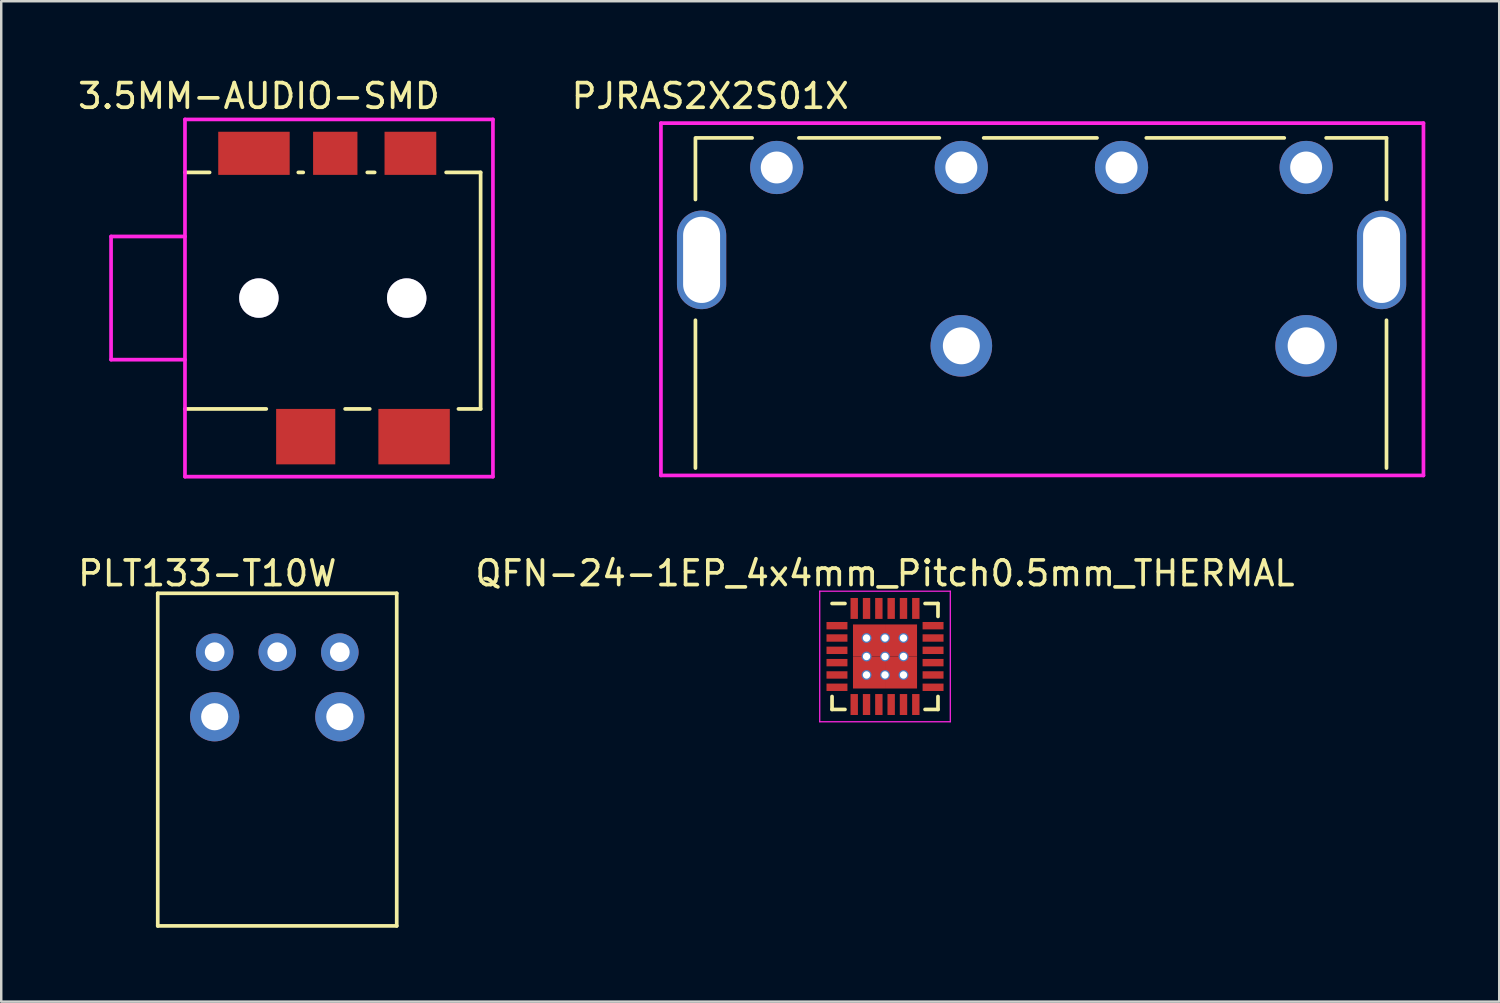
<source format=kicad_pcb>
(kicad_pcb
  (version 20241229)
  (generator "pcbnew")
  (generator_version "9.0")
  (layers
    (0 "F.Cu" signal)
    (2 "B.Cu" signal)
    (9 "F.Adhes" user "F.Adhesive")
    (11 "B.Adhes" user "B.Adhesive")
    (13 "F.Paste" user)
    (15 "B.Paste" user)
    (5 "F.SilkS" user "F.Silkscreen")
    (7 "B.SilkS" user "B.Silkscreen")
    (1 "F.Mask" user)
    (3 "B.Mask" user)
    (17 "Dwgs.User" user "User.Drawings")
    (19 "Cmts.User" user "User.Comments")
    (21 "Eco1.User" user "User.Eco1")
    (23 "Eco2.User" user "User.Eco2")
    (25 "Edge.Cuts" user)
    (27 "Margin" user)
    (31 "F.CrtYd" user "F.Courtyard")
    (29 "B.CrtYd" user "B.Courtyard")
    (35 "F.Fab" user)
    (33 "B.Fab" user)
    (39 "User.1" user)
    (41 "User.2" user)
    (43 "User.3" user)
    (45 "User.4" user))
  (footprint "3.5MM-AUDIO-SMD"
    (layer "F.Cu")
    (at 7.458 9.048)
    (property "Reference" "3.5MM-AUDIO-SMD" (at 0 -8.2 0) (layer "F.SilkS") (effects (font (size 1 1) (thickness 0.15))))
    (attr through_hole)
    (fp_line (start -3 -5.1) (end -2 -5.1) (stroke (width 0.15) (type solid)) (layer "F.SilkS"))
    (fp_line (start 0.3 4.5) (end -3 4.5) (stroke (width 0.15) (type solid)) (layer "F.SilkS"))
    (fp_line (start 1.8 -5.1) (end 1.6 -5.1) (stroke (width 0.15) (type solid)) (layer "F.SilkS"))
    (fp_line (start 3.5 4.5) (end 4.5 4.5) (stroke (width 0.15) (type solid)) (layer "F.SilkS"))
    (fp_line (start 4.4 -5.1) (end 4.7 -5.1) (stroke (width 0.15) (type solid)) (layer "F.SilkS"))
    (fp_line (start 7.6 -5.1) (end 9 -5.1) (stroke (width 0.15) (type solid)) (layer "F.SilkS"))
    (fp_line (start 9 -5.1) (end 9 4.5) (stroke (width 0.15) (type solid)) (layer "F.SilkS"))
    (fp_line (start 9 4.5) (end 8.1 4.5) (stroke (width 0.15) (type solid)) (layer "F.SilkS"))
    (fp_line (start -6 -2.5) (end -3 -2.5) (stroke (width 0.15) (type solid)) (layer "F.CrtYd"))
    (fp_line (start -6 2.5) (end -6 -2.5) (stroke (width 0.15) (type solid)) (layer "F.CrtYd"))
    (fp_line (start -6 2.5) (end -3 2.5) (stroke (width 0.15) (type solid)) (layer "F.CrtYd"))
    (fp_line (start -3 -7.25) (end -3 7.25) (stroke (width 0.15) (type solid)) (layer "F.CrtYd"))
    (fp_line (start -3 -7.25) (end 9.5 -7.25) (stroke (width 0.15) (type solid)) (layer "F.CrtYd"))
    (fp_line (start -3 7.25) (end 9.5 7.25) (stroke (width 0.15) (type solid)) (layer "F.CrtYd"))
    (fp_line (start 9.5 -7.25) (end 9.5 7.25) (stroke (width 0.15) (type solid)) (layer "F.CrtYd"))
    (pad "1" smd rect (at -0.2 -5.875 180) (size 2.9 1.75) (layers "F.Cu" "F.Mask" "F.Paste"))
    (pad "2" smd rect (at 6.3 5.625 180) (size 2.9 2.25) (layers "F.Cu" "F.Mask" "F.Paste"))
    (pad "3" smd rect (at 6.15 -5.875 180) (size 2.1 1.75) (layers "F.Cu" "F.Mask" "F.Paste"))
    (pad "4" smd rect (at 1.9 5.625 180) (size 2.4 2.25) (layers "F.Cu" "F.Mask" "F.Paste"))
    (pad "5" smd rect (at 3.1 -5.875 180) (size 1.8 1.75) (layers "F.Cu" "F.Mask" "F.Paste"))
    (pad "~" thru_hole circle (at 0 0) (size 1.6 1.6) (drill 1.6) (layers "*.Cu" "*.Mask"))
    (pad "~" thru_hole circle (at 6 0 90) (size 1.6 1.6) (drill 1.6) (layers "*.Cu" "*.Mask")))
  (footprint "PLT133-T10W"
    (layer "F.Cu")
    (at 8.163 27.822)
    (property "Reference" "PLT133-T10W" (at -2.8 -7.6 0) (layer "F.SilkS") (effects (font (size 1 1) (thickness 0.15))))
    (attr through_hole)
    (fp_line (start -4.81 -6.79) (end -4.81 6.71) (stroke (width 0.15) (type solid)) (layer "F.SilkS"))
    (fp_line (start -4.81 -6.79) (end 4.89 -6.79) (stroke (width 0.15) (type solid)) (layer "F.SilkS"))
    (fp_line (start -4.81 6.71) (end 4.89 6.71) (stroke (width 0.15) (type solid)) (layer "F.SilkS"))
    (fp_line (start 4.89 -6.79) (end 4.89 6.71) (stroke (width 0.15) (type solid)) (layer "F.SilkS"))
    (pad "1" thru_hole circle (at -2.5 -4.4) (size 1.524 1.524) (drill 0.8) (layers "*.Cu" "*.Mask"))
    (pad "2" thru_hole circle (at 0.04 -4.4) (size 1.524 1.524) (drill 0.8) (layers "*.Cu" "*.Mask"))
    (pad "3" thru_hole circle (at 2.58 -4.4) (size 1.524 1.524) (drill 0.8) (layers "*.Cu" "*.Mask"))
    (pad "4" thru_hole circle (at -2.5 -1.78) (size 2 2) (drill 1.1) (layers "*.Cu" "*.Mask"))
    (pad "5" thru_hole circle (at 2.58 -1.78) (size 2 2) (drill 1.1) (layers "*.Cu" "*.Mask")))
  (footprint "PJRAS2X2S01X"
    (layer "F.Cu")
    (at 28.477 3.748)
    (property "Reference" "PJRAS2X2S01X" (at -2.7 -2.9 0) (layer "F.SilkS") (effects (font (size 1 1) (thickness 0.15))))
    (attr through_hole)
    (fp_line (start -3.3 -1.2) (end -3.3 1.3) (stroke (width 0.15) (type solid)) (layer "F.SilkS"))
    (fp_line (start -3.3 6.2) (end -3.3 12.2) (stroke (width 0.15) (type solid)) (layer "F.SilkS"))
    (fp_line (start -3.25 -1.2) (end -1 -1.2) (stroke (width 0.15) (type solid)) (layer "F.SilkS"))
    (fp_line (start 0.9 -1.2) (end 6.6 -1.2) (stroke (width 0.15) (type solid)) (layer "F.SilkS"))
    (fp_line (start 8.4 -1.2) (end 13 -1.2) (stroke (width 0.15) (type solid)) (layer "F.SilkS"))
    (fp_line (start 15 -1.2) (end 20.6 -1.2) (stroke (width 0.15) (type solid)) (layer "F.SilkS"))
    (fp_line (start 22.3 -1.2) (end 24.75 -1.2) (stroke (width 0.15) (type solid)) (layer "F.SilkS"))
    (fp_line (start 24.75 -1.2) (end 24.75 1.3) (stroke (width 0.15) (type solid)) (layer "F.SilkS"))
    (fp_line (start 24.75 6.2) (end 24.75 12.2) (stroke (width 0.15) (type solid)) (layer "F.SilkS"))
    (fp_line (start -4.7 -1.8) (end -4.7 12.5) (stroke (width 0.15) (type solid)) (layer "F.CrtYd"))
    (fp_line (start -4.7 -1.8) (end 26.25 -1.8) (stroke (width 0.15) (type solid)) (layer "F.CrtYd"))
    (fp_line (start -4.7 12.5) (end 26.25 12.5) (stroke (width 0.15) (type solid)) (layer "F.CrtYd"))
    (fp_line (start 26.25 -1.8) (end 26.25 12.5) (stroke (width 0.15) (type solid)) (layer "F.CrtYd"))
    (pad "GND" thru_hole circle (at 7.493 7.239) (size 2.5 2.5) (drill 1.5) (layers "*.Cu" "*.Mask"))
    (pad "GND" thru_hole circle (at 21.488 7.239) (size 2.5 2.5) (drill 1.5) (layers "*.Cu" "*.Mask"))
    (pad "L1" thru_hole circle (at 7.493 0) (size 2.159 2.159) (drill 1.295) (layers "*.Cu" "*.Mask"))
    (pad "L2" thru_hole circle (at 21.488 0) (size 2.159 2.159) (drill 1.295) (layers "*.Cu" "*.Mask"))
    (pad "R1" thru_hole circle (at 0 0) (size 2.159 2.159) (drill 1.295) (layers "*.Cu" "*.Mask"))
    (pad "R2" thru_hole circle (at 13.995 0) (size 2.159 2.159) (drill 1.295) (layers "*.Cu" "*.Mask"))
    (pad "~" thru_hole oval (at -3.05 3.75) (size 2 4) (drill oval 1.5 3.5) (layers "*.Cu" "*.Mask"))
    (pad "~" thru_hole oval (at 24.55 3.75) (size 2 4) (drill oval 1.5 3.5) (layers "*.Cu" "*.Mask")))
  (footprint "QFN-24-1EP_4x4mm_Pitch0.5mm_THERMAL"
    (layer "F.Cu")
    (at 32.872 23.596)
    (property "Reference" "QFN-24-1EP_4x4mm_Pitch0.5mm_THERMAL" (at 0 -3.375 0) (layer "F.SilkS") (effects (font (size 1 1) (thickness 0.15))))
    (attr smd)
    (fp_line (start -2.15 -2.15) (end -1.625 -2.15) (stroke (width 0.15) (type solid)) (layer "F.SilkS"))
    (fp_line (start -2.15 2.15) (end -2.15 1.625) (stroke (width 0.15) (type solid)) (layer "F.SilkS"))
    (fp_line (start -2.15 2.15) (end -1.625 2.15) (stroke (width 0.15) (type solid)) (layer "F.SilkS"))
    (fp_line (start 2.15 -2.15) (end 1.625 -2.15) (stroke (width 0.15) (type solid)) (layer "F.SilkS"))
    (fp_line (start 2.15 -2.15) (end 2.15 -1.625) (stroke (width 0.15) (type solid)) (layer "F.SilkS"))
    (fp_line (start 2.15 2.15) (end 1.625 2.15) (stroke (width 0.15) (type solid)) (layer "F.SilkS"))
    (fp_line (start 2.15 2.15) (end 2.15 1.625) (stroke (width 0.15) (type solid)) (layer "F.SilkS"))
    (fp_line (start -2.65 -2.65) (end -2.65 2.65) (stroke (width 0.05) (type solid)) (layer "F.CrtYd"))
    (fp_line (start -2.65 -2.65) (end 2.65 -2.65) (stroke (width 0.05) (type solid)) (layer "F.CrtYd"))
    (fp_line (start -2.65 2.65) (end 2.65 2.65) (stroke (width 0.05) (type solid)) (layer "F.CrtYd"))
    (fp_line (start 2.65 -2.65) (end 2.65 2.65) (stroke (width 0.05) (type solid)) (layer "F.CrtYd"))
    (pad "1" smd rect (at -1.95 -1.25) (size 0.85 0.3) (layers "F.Cu" "F.Mask" "F.Paste"))
    (pad "2" smd rect (at -1.95 -0.75) (size 0.85 0.3) (layers "F.Cu" "F.Mask" "F.Paste"))
    (pad "3" smd rect (at -1.95 -0.25) (size 0.85 0.3) (layers "F.Cu" "F.Mask" "F.Paste"))
    (pad "4" smd rect (at -1.95 0.25) (size 0.85 0.3) (layers "F.Cu" "F.Mask" "F.Paste"))
    (pad "5" smd rect (at -1.95 0.75) (size 0.85 0.3) (layers "F.Cu" "F.Mask" "F.Paste"))
    (pad "6" smd rect (at -1.95 1.25) (size 0.85 0.3) (layers "F.Cu" "F.Mask" "F.Paste"))
    (pad "7" smd rect (at -1.25 1.95 90) (size 0.85 0.3) (layers "F.Cu" "F.Mask" "F.Paste"))
    (pad "8" smd rect (at -0.75 1.95 90) (size 0.85 0.3) (layers "F.Cu" "F.Mask" "F.Paste"))
    (pad "9" smd rect (at -0.25 1.95 90) (size 0.85 0.3) (layers "F.Cu" "F.Mask" "F.Paste"))
    (pad "10" smd rect (at 0.25 1.95 90) (size 0.85 0.3) (layers "F.Cu" "F.Mask" "F.Paste"))
    (pad "11" smd rect (at 0.75 1.95 90) (size 0.85 0.3) (layers "F.Cu" "F.Mask" "F.Paste"))
    (pad "12" smd rect (at 1.25 1.95 90) (size 0.85 0.3) (layers "F.Cu" "F.Mask" "F.Paste"))
    (pad "13" smd rect (at 1.95 1.25) (size 0.85 0.3) (layers "F.Cu" "F.Mask" "F.Paste"))
    (pad "14" smd rect (at 1.95 0.75) (size 0.85 0.3) (layers "F.Cu" "F.Mask" "F.Paste"))
    (pad "15" smd rect (at 1.95 0.25) (size 0.85 0.3) (layers "F.Cu" "F.Mask" "F.Paste"))
    (pad "16" smd rect (at 1.95 -0.25) (size 0.85 0.3) (layers "F.Cu" "F.Mask" "F.Paste"))
    (pad "17" smd rect (at 1.95 -0.75) (size 0.85 0.3) (layers "F.Cu" "F.Mask" "F.Paste"))
    (pad "18" smd rect (at 1.95 -1.25) (size 0.85 0.3) (layers "F.Cu" "F.Mask" "F.Paste"))
    (pad "19" smd rect (at 1.25 -1.95 90) (size 0.85 0.3) (layers "F.Cu" "F.Mask" "F.Paste"))
    (pad "20" smd rect (at 0.75 -1.95 90) (size 0.85 0.3) (layers "F.Cu" "F.Mask" "F.Paste"))
    (pad "21" smd rect (at 0.25 -1.95 90) (size 0.85 0.3) (layers "F.Cu" "F.Mask" "F.Paste"))
    (pad "22" smd rect (at -0.25 -1.95 90) (size 0.85 0.3) (layers "F.Cu" "F.Mask" "F.Paste"))
    (pad "23" smd rect (at -0.75 -1.95 90) (size 0.85 0.3) (layers "F.Cu" "F.Mask" "F.Paste"))
    (pad "24" smd rect (at -1.25 -1.95 90) (size 0.85 0.3) (layers "F.Cu" "F.Mask" "F.Paste"))
    (pad "25" thru_hole circle (at -0.75 -0.75) (size 0.4 0.4) (drill 0.3) (layers "*.Cu" "*.Mask"))
    (pad "25" thru_hole circle (at -0.75 0) (size 0.4 0.4) (drill 0.3) (layers "*.Cu" "*.Mask"))
    (pad "25" thru_hole circle (at -0.75 0.75) (size 0.4 0.4) (drill 0.3) (layers "*.Cu" "*.Mask"))
    (pad "25" smd rect (at -0.65 -0.65) (size 1.3 1.3) (layers "F.Cu" "F.Mask" "F.Paste"))
    (pad "25" smd rect (at -0.65 0.65) (size 1.3 1.3) (layers "F.Cu" "F.Mask" "F.Paste"))
    (pad "25" thru_hole circle (at 0 -0.75) (size 0.4 0.4) (drill 0.3) (layers "*.Cu" "*.Mask"))
    (pad "25" thru_hole circle (at 0 0) (size 0.4 0.4) (drill 0.3) (layers "*.Cu" "*.Mask"))
    (pad "25" thru_hole circle (at 0 0.75) (size 0.4 0.4) (drill 0.3) (layers "*.Cu" "*.Mask"))
    (pad "25" smd rect (at 0.65 -0.65) (size 1.3 1.3) (layers "F.Cu" "F.Mask" "F.Paste"))
    (pad "25" smd rect (at 0.65 0.65) (size 1.3 1.3) (layers "F.Cu" "F.Mask" "F.Paste"))
    (pad "25" thru_hole circle (at 0.75 -0.75) (size 0.4 0.4) (drill 0.3) (layers "*.Cu" "*.Mask"))
    (pad "25" thru_hole circle (at 0.75 0) (size 0.4 0.4) (drill 0.3) (layers "*.Cu" "*.Mask"))
    (pad "25" thru_hole circle (at 0.75 0.75) (size 0.4 0.4) (drill 0.3) (layers "*.Cu" "*.Mask")))
  (gr_rect
    (start -3 -3)
    (end 57.802 37.606)
    (stroke (width 0.1) (type default))
    (fill no)
    (layer "Edge.Cuts")))
</source>
